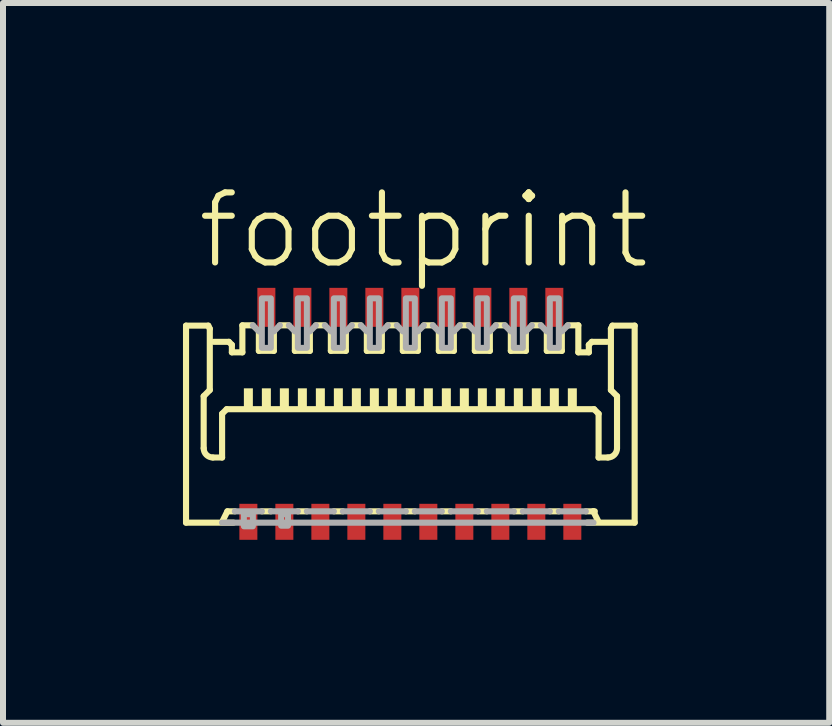
<source format=kicad_pcb>
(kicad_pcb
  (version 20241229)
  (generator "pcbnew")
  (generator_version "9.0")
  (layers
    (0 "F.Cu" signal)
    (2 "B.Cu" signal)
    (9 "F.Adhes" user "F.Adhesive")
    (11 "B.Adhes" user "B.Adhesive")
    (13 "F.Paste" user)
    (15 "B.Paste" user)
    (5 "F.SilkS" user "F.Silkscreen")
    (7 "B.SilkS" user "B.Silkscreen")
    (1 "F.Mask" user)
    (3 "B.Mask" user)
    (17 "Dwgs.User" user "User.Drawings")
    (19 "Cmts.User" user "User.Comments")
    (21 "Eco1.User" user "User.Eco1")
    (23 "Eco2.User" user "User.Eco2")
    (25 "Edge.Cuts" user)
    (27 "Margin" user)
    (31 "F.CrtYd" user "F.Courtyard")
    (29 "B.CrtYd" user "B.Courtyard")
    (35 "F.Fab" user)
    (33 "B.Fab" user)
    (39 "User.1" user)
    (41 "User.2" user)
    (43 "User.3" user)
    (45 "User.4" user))
  (footprint "footprint"
    (layer "F.Cu")
    (at 3.79 3.873)
    (property "Reference" "footprint" (at -3.6 -2.4 0) (layer "F.SilkS") (effects (font (size 1.168 1.168) (thickness 0.102)) (justify left bottom)))
    (fp_poly (pts (xy -2.9 2.125) (xy -2.5 2.125) (xy -2.5 1.425) (xy -2.9 1.425)) (stroke (width 0) (type solid)) (fill yes) (layer "F.Mask"))
    (fp_poly (pts (xy -2.6 -1.425) (xy -2.2 -1.425) (xy -2.2 -2.175) (xy -2.6 -2.175)) (stroke (width 0) (type solid)) (fill yes) (layer "F.Mask"))
    (fp_poly (pts (xy -2.3 2.125) (xy -1.9 2.125) (xy -1.9 1.425) (xy -2.3 1.425)) (stroke (width 0) (type solid)) (fill yes) (layer "F.Mask"))
    (fp_poly (pts (xy -2 -1.425) (xy -1.6 -1.425) (xy -1.6 -2.175) (xy -2 -2.175)) (stroke (width 0) (type solid)) (fill yes) (layer "F.Mask"))
    (fp_poly (pts (xy -1.7 2.125) (xy -1.3 2.125) (xy -1.3 1.425) (xy -1.7 1.425)) (stroke (width 0) (type solid)) (fill yes) (layer "F.Mask"))
    (fp_poly (pts (xy -1.4 -1.425) (xy -1 -1.425) (xy -1 -2.175) (xy -1.4 -2.175)) (stroke (width 0) (type solid)) (fill yes) (layer "F.Mask"))
    (fp_poly (pts (xy -1.1 2.125) (xy -0.7 2.125) (xy -0.7 1.425) (xy -1.1 1.425)) (stroke (width 0) (type solid)) (fill yes) (layer "F.Mask"))
    (fp_poly (pts (xy -0.8 -1.425) (xy -0.4 -1.425) (xy -0.4 -2.175) (xy -0.8 -2.175)) (stroke (width 0) (type solid)) (fill yes) (layer "F.Mask"))
    (fp_poly (pts (xy -0.5 2.125) (xy -0.1 2.125) (xy -0.1 1.425) (xy -0.5 1.425)) (stroke (width 0) (type solid)) (fill yes) (layer "F.Mask"))
    (fp_poly (pts (xy -0.2 -1.425) (xy 0.2 -1.425) (xy 0.2 -2.175) (xy -0.2 -2.175)) (stroke (width 0) (type solid)) (fill yes) (layer "F.Mask"))
    (fp_poly (pts (xy 0.1 2.125) (xy 0.5 2.125) (xy 0.5 1.425) (xy 0.1 1.425)) (stroke (width 0) (type solid)) (fill yes) (layer "F.Mask"))
    (fp_poly (pts (xy 0.4 -1.425) (xy 0.8 -1.425) (xy 0.8 -2.175) (xy 0.4 -2.175)) (stroke (width 0) (type solid)) (fill yes) (layer "F.Mask"))
    (fp_poly (pts (xy 0.7 2.125) (xy 1.1 2.125) (xy 1.1 1.425) (xy 0.7 1.425)) (stroke (width 0) (type solid)) (fill yes) (layer "F.Mask"))
    (fp_poly (pts (xy 1 -1.425) (xy 1.4 -1.425) (xy 1.4 -2.175) (xy 1 -2.175)) (stroke (width 0) (type solid)) (fill yes) (layer "F.Mask"))
    (fp_poly (pts (xy 1.3 2.125) (xy 1.7 2.125) (xy 1.7 1.425) (xy 1.3 1.425)) (stroke (width 0) (type solid)) (fill yes) (layer "F.Mask"))
    (fp_poly (pts (xy 1.6 -1.425) (xy 2 -1.425) (xy 2 -2.175) (xy 1.6 -2.175)) (stroke (width 0) (type solid)) (fill yes) (layer "F.Mask"))
    (fp_poly (pts (xy 1.9 2.125) (xy 2.3 2.125) (xy 2.3 1.425) (xy 1.9 1.425)) (stroke (width 0) (type solid)) (fill yes) (layer "F.Mask"))
    (fp_poly (pts (xy 2.2 -1.425) (xy 2.6 -1.425) (xy 2.6 -2.175) (xy 2.2 -2.175)) (stroke (width 0) (type solid)) (fill yes) (layer "F.Mask"))
    (fp_poly (pts (xy 2.5 2.125) (xy 2.9 2.125) (xy 2.9 1.425) (xy 2.5 1.425)) (stroke (width 0) (type solid)) (fill yes) (layer "F.Mask"))
    (fp_line (start -3.739 -1.495) (end -3.368 -1.495) (stroke (width 0.102) (type solid)) (layer "F.SilkS"))
    (fp_line (start -3.739 1.789) (end -3.739 -1.495) (stroke (width 0.102) (type solid)) (layer "F.SilkS"))
    (fp_line (start -3.445 -0.319) (end -3.445 0.549) (stroke (width 0.102) (type solid)) (layer "F.SilkS"))
    (fp_line (start -3.368 -1.495) (end -3.343 -1.444) (stroke (width 0.102) (type solid)) (layer "F.SilkS"))
    (fp_line (start -3.343 -1.444) (end -3.343 -0.422) (stroke (width 0.102) (type solid)) (layer "F.SilkS"))
    (fp_line (start -3.343 -0.422) (end -3.445 -0.319) (stroke (width 0.102) (type solid)) (layer "F.SilkS"))
    (fp_line (start -3.292 0.703) (end -3.138 0.703) (stroke (width 0.102) (type solid)) (layer "F.SilkS"))
    (fp_line (start -3.275 -1.225) (end -3.025 -1.225) (stroke (width 0.102) (type solid)) (layer "F.SilkS"))
    (fp_line (start -3.138 -0.026) (end -3.062 -0.102) (stroke (width 0.102) (type solid)) (layer "F.SilkS"))
    (fp_line (start -3.138 0.703) (end -3.138 -0.026) (stroke (width 0.102) (type solid)) (layer "F.SilkS"))
    (fp_line (start -3.125 1.751) (end -3.05 1.6) (stroke (width 0.102) (type solid)) (layer "F.SilkS"))
    (fp_line (start -3.05 1.6) (end -2.925 1.6) (stroke (width 0.102) (type solid)) (layer "F.SilkS"))
    (fp_line (start -3.025 -1.225) (end -2.975 -1.175) (stroke (width 0.102) (type solid)) (layer "F.SilkS"))
    (fp_line (start -2.975 -1.175) (end -2.975 -1.05) (stroke (width 0.102) (type solid)) (layer "F.SilkS"))
    (fp_line (start -2.975 -1.05) (end -2.8 -1.05) (stroke (width 0.102) (type solid)) (layer "F.SilkS"))
    (fp_line (start -2.947 1.789) (end -3.739 1.789) (stroke (width 0.102) (type solid)) (layer "F.SilkS"))
    (fp_line (start -2.8 -1.5) (end -2.625 -1.5) (stroke (width 0.102) (type solid)) (layer "F.SilkS"))
    (fp_line (start -2.8 -1.05) (end -2.8 -1.5) (stroke (width 0.102) (type solid)) (layer "F.SilkS"))
    (fp_line (start -2.525 -1.4) (end -2.525 -1.075) (stroke (width 0.102) (type solid)) (layer "F.SilkS"))
    (fp_line (start -2.525 -1.075) (end -2.275 -1.075) (stroke (width 0.102) (type solid)) (layer "F.SilkS"))
    (fp_line (start -2.475 1.6) (end -2.325 1.6) (stroke (width 0.102) (type solid)) (layer "F.SilkS"))
    (fp_line (start -2.275 -1.075) (end -2.275 -1.4) (stroke (width 0.102) (type solid)) (layer "F.SilkS"))
    (fp_line (start -2.175 -1.5) (end -2.025 -1.5) (stroke (width 0.102) (type solid)) (layer "F.SilkS"))
    (fp_line (start -1.925 -1.4) (end -1.925 -1.075) (stroke (width 0.102) (type solid)) (layer "F.SilkS"))
    (fp_line (start -1.925 -1.075) (end -1.675 -1.075) (stroke (width 0.102) (type solid)) (layer "F.SilkS"))
    (fp_line (start -1.875 1.6) (end -1.725 1.6) (stroke (width 0.102) (type solid)) (layer "F.SilkS"))
    (fp_line (start -1.675 -1.075) (end -1.675 -1.4) (stroke (width 0.102) (type solid)) (layer "F.SilkS"))
    (fp_line (start -1.575 -1.5) (end -1.425 -1.5) (stroke (width 0.102) (type solid)) (layer "F.SilkS"))
    (fp_line (start -1.325 -1.4) (end -1.325 -1.075) (stroke (width 0.102) (type solid)) (layer "F.SilkS"))
    (fp_line (start -1.325 -1.075) (end -1.075 -1.075) (stroke (width 0.102) (type solid)) (layer "F.SilkS"))
    (fp_line (start -1.275 1.6) (end -1.125 1.6) (stroke (width 0.102) (type solid)) (layer "F.SilkS"))
    (fp_line (start -1.075 -1.075) (end -1.075 -1.4) (stroke (width 0.102) (type solid)) (layer "F.SilkS"))
    (fp_line (start -0.975 -1.5) (end -0.825 -1.5) (stroke (width 0.102) (type solid)) (layer "F.SilkS"))
    (fp_line (start -0.725 -1.4) (end -0.725 -1.075) (stroke (width 0.102) (type solid)) (layer "F.SilkS"))
    (fp_line (start -0.725 -1.075) (end -0.475 -1.075) (stroke (width 0.102) (type solid)) (layer "F.SilkS"))
    (fp_line (start -0.675 1.6) (end -0.525 1.6) (stroke (width 0.102) (type solid)) (layer "F.SilkS"))
    (fp_line (start -0.475 -1.075) (end -0.475 -1.4) (stroke (width 0.102) (type solid)) (layer "F.SilkS"))
    (fp_line (start -0.375 -1.5) (end -0.225 -1.5) (stroke (width 0.102) (type solid)) (layer "F.SilkS"))
    (fp_line (start -0.125 -1.4) (end -0.125 -1.075) (stroke (width 0.102) (type solid)) (layer "F.SilkS"))
    (fp_line (start -0.125 -1.075) (end 0.125 -1.075) (stroke (width 0.102) (type solid)) (layer "F.SilkS"))
    (fp_line (start -0.075 1.6) (end 0.075 1.6) (stroke (width 0.102) (type solid)) (layer "F.SilkS"))
    (fp_line (start 0.125 -1.075) (end 0.125 -1.4) (stroke (width 0.102) (type solid)) (layer "F.SilkS"))
    (fp_line (start 0.225 -1.5) (end 0.375 -1.5) (stroke (width 0.102) (type solid)) (layer "F.SilkS"))
    (fp_line (start 0.475 -1.4) (end 0.475 -1.075) (stroke (width 0.102) (type solid)) (layer "F.SilkS"))
    (fp_line (start 0.475 -1.075) (end 0.725 -1.075) (stroke (width 0.102) (type solid)) (layer "F.SilkS"))
    (fp_line (start 0.525 1.6) (end 0.675 1.6) (stroke (width 0.102) (type solid)) (layer "F.SilkS"))
    (fp_line (start 0.725 -1.075) (end 0.725 -1.4) (stroke (width 0.102) (type solid)) (layer "F.SilkS"))
    (fp_line (start 0.825 -1.5) (end 0.975 -1.5) (stroke (width 0.102) (type solid)) (layer "F.SilkS"))
    (fp_line (start 1.075 -1.4) (end 1.075 -1.075) (stroke (width 0.102) (type solid)) (layer "F.SilkS"))
    (fp_line (start 1.075 -1.075) (end 1.325 -1.075) (stroke (width 0.102) (type solid)) (layer "F.SilkS"))
    (fp_line (start 1.125 1.6) (end 1.275 1.6) (stroke (width 0.102) (type solid)) (layer "F.SilkS"))
    (fp_line (start 1.325 -1.075) (end 1.325 -1.4) (stroke (width 0.102) (type solid)) (layer "F.SilkS"))
    (fp_line (start 1.425 -1.5) (end 1.575 -1.5) (stroke (width 0.102) (type solid)) (layer "F.SilkS"))
    (fp_line (start 1.675 -1.4) (end 1.675 -1.075) (stroke (width 0.102) (type solid)) (layer "F.SilkS"))
    (fp_line (start 1.675 -1.075) (end 1.925 -1.075) (stroke (width 0.102) (type solid)) (layer "F.SilkS"))
    (fp_line (start 1.725 1.6) (end 1.875 1.6) (stroke (width 0.102) (type solid)) (layer "F.SilkS"))
    (fp_line (start 1.925 -1.075) (end 1.925 -1.4) (stroke (width 0.102) (type solid)) (layer "F.SilkS"))
    (fp_line (start 2.025 -1.5) (end 2.175 -1.5) (stroke (width 0.102) (type solid)) (layer "F.SilkS"))
    (fp_line (start 2.275 -1.4) (end 2.275 -1.075) (stroke (width 0.102) (type solid)) (layer "F.SilkS"))
    (fp_line (start 2.275 -1.075) (end 2.525 -1.075) (stroke (width 0.102) (type solid)) (layer "F.SilkS"))
    (fp_line (start 2.325 1.6) (end 2.475 1.6) (stroke (width 0.102) (type solid)) (layer "F.SilkS"))
    (fp_line (start 2.525 -1.075) (end 2.525 -1.4) (stroke (width 0.102) (type solid)) (layer "F.SilkS"))
    (fp_line (start 2.625 -1.5) (end 2.8 -1.5) (stroke (width 0.102) (type solid)) (layer "F.SilkS"))
    (fp_line (start 2.8 -1.05) (end 2.8 -1.5) (stroke (width 0.102) (type solid)) (layer "F.SilkS"))
    (fp_line (start 2.947 1.789) (end 3.739 1.789) (stroke (width 0.102) (type solid)) (layer "F.SilkS"))
    (fp_line (start 2.975 -1.175) (end 2.975 -1.05) (stroke (width 0.102) (type solid)) (layer "F.SilkS"))
    (fp_line (start 2.975 -1.05) (end 2.8 -1.05) (stroke (width 0.102) (type solid)) (layer "F.SilkS"))
    (fp_line (start 3.025 -1.225) (end 2.975 -1.175) (stroke (width 0.102) (type solid)) (layer "F.SilkS"))
    (fp_line (start 3.05 1.6) (end 2.925 1.6) (stroke (width 0.102) (type solid)) (layer "F.SilkS"))
    (fp_line (start 3.05 1.6) (end 3.075 1.6) (stroke (width 0.102) (type solid)) (layer "F.SilkS"))
    (fp_line (start 3.062 -0.102) (end -3.062 -0.102) (stroke (width 0.102) (type solid)) (layer "F.SilkS"))
    (fp_line (start 3.125 1.751) (end 3.05 1.6) (stroke (width 0.102) (type solid)) (layer "F.SilkS"))
    (fp_line (start 3.138 -0.026) (end 3.062 -0.102) (stroke (width 0.102) (type solid)) (layer "F.SilkS"))
    (fp_line (start 3.138 0.703) (end 3.138 -0.026) (stroke (width 0.102) (type solid)) (layer "F.SilkS"))
    (fp_line (start 3.275 -1.225) (end 3.025 -1.225) (stroke (width 0.102) (type solid)) (layer "F.SilkS"))
    (fp_line (start 3.292 0.703) (end 3.138 0.703) (stroke (width 0.102) (type solid)) (layer "F.SilkS"))
    (fp_line (start 3.343 -1.444) (end 3.343 -0.422) (stroke (width 0.102) (type solid)) (layer "F.SilkS"))
    (fp_line (start 3.343 -0.422) (end 3.445 -0.319) (stroke (width 0.102) (type solid)) (layer "F.SilkS"))
    (fp_line (start 3.368 -1.495) (end 3.343 -1.444) (stroke (width 0.102) (type solid)) (layer "F.SilkS"))
    (fp_line (start 3.445 -0.319) (end 3.445 0.549) (stroke (width 0.102) (type solid)) (layer "F.SilkS"))
    (fp_line (start 3.739 -1.495) (end 3.368 -1.495) (stroke (width 0.102) (type solid)) (layer "F.SilkS"))
    (fp_line (start 3.739 1.789) (end 3.739 -1.495) (stroke (width 0.102) (type solid)) (layer "F.SilkS"))
    (fp_arc (start -3.291557 0.702843) (mid -3.399991 0.657929) (end -3.444906 0.549496) (stroke (width 0.1016) (type solid)) (layer "F.SilkS"))
    (fp_arc (start 3.444906 0.549496) (mid 3.399991 0.657929) (end 3.291557 0.702843) (stroke (width 0.1016) (type solid)) (layer "F.SilkS"))
    (fp_poly (pts (xy -2.775 -0.125) (xy -2.625 -0.125) (xy -2.625 -0.45) (xy -2.775 -0.45)) (stroke (width 0) (type solid)) (fill yes) (layer "F.SilkS"))
    (fp_poly (pts (xy -2.475 -0.125) (xy -2.325 -0.125) (xy -2.325 -0.45) (xy -2.475 -0.45)) (stroke (width 0) (type solid)) (fill yes) (layer "F.SilkS"))
    (fp_poly (pts (xy -2.175 -0.125) (xy -2.025 -0.125) (xy -2.025 -0.45) (xy -2.175 -0.45)) (stroke (width 0) (type solid)) (fill yes) (layer "F.SilkS"))
    (fp_poly (pts (xy -1.875 -0.125) (xy -1.725 -0.125) (xy -1.725 -0.45) (xy -1.875 -0.45)) (stroke (width 0) (type solid)) (fill yes) (layer "F.SilkS"))
    (fp_poly (pts (xy -1.575 -0.125) (xy -1.425 -0.125) (xy -1.425 -0.45) (xy -1.575 -0.45)) (stroke (width 0) (type solid)) (fill yes) (layer "F.SilkS"))
    (fp_poly (pts (xy -1.275 -0.125) (xy -1.125 -0.125) (xy -1.125 -0.45) (xy -1.275 -0.45)) (stroke (width 0) (type solid)) (fill yes) (layer "F.SilkS"))
    (fp_poly (pts (xy -0.975 -0.125) (xy -0.825 -0.125) (xy -0.825 -0.45) (xy -0.975 -0.45)) (stroke (width 0) (type solid)) (fill yes) (layer "F.SilkS"))
    (fp_poly (pts (xy -0.675 -0.125) (xy -0.525 -0.125) (xy -0.525 -0.45) (xy -0.675 -0.45)) (stroke (width 0) (type solid)) (fill yes) (layer "F.SilkS"))
    (fp_poly (pts (xy -0.375 -0.125) (xy -0.225 -0.125) (xy -0.225 -0.45) (xy -0.375 -0.45)) (stroke (width 0) (type solid)) (fill yes) (layer "F.SilkS"))
    (fp_poly (pts (xy -0.075 -0.125) (xy 0.075 -0.125) (xy 0.075 -0.45) (xy -0.075 -0.45)) (stroke (width 0) (type solid)) (fill yes) (layer "F.SilkS"))
    (fp_poly (pts (xy 0.225 -0.125) (xy 0.375 -0.125) (xy 0.375 -0.45) (xy 0.225 -0.45)) (stroke (width 0) (type solid)) (fill yes) (layer "F.SilkS"))
    (fp_poly (pts (xy 0.525 -0.125) (xy 0.675 -0.125) (xy 0.675 -0.45) (xy 0.525 -0.45)) (stroke (width 0) (type solid)) (fill yes) (layer "F.SilkS"))
    (fp_poly (pts (xy 0.825 -0.125) (xy 0.975 -0.125) (xy 0.975 -0.45) (xy 0.825 -0.45)) (stroke (width 0) (type solid)) (fill yes) (layer "F.SilkS"))
    (fp_poly (pts (xy 1.125 -0.125) (xy 1.275 -0.125) (xy 1.275 -0.45) (xy 1.125 -0.45)) (stroke (width 0) (type solid)) (fill yes) (layer "F.SilkS"))
    (fp_poly (pts (xy 1.425 -0.125) (xy 1.575 -0.125) (xy 1.575 -0.45) (xy 1.425 -0.45)) (stroke (width 0) (type solid)) (fill yes) (layer "F.SilkS"))
    (fp_poly (pts (xy 1.725 -0.125) (xy 1.875 -0.125) (xy 1.875 -0.45) (xy 1.725 -0.45)) (stroke (width 0) (type solid)) (fill yes) (layer "F.SilkS"))
    (fp_poly (pts (xy 2.025 -0.125) (xy 2.175 -0.125) (xy 2.175 -0.45) (xy 2.025 -0.45)) (stroke (width 0) (type solid)) (fill yes) (layer "F.SilkS"))
    (fp_poly (pts (xy 2.325 -0.125) (xy 2.475 -0.125) (xy 2.475 -0.45) (xy 2.325 -0.45)) (stroke (width 0) (type solid)) (fill yes) (layer "F.SilkS"))
    (fp_poly (pts (xy 2.625 -0.125) (xy 2.775 -0.125) (xy 2.775 -0.45) (xy 2.625 -0.45)) (stroke (width 0) (type solid)) (fill yes) (layer "F.SilkS"))
    (fp_poly (pts (xy -2.825 2.05) (xy -2.575 2.05) (xy -2.575 1.5) (xy -2.825 1.5)) (stroke (width 0) (type solid)) (fill yes) (layer "F.Paste"))
    (fp_poly (pts (xy -2.525 -1.5) (xy -2.275 -1.5) (xy -2.275 -2.1) (xy -2.525 -2.1)) (stroke (width 0) (type solid)) (fill yes) (layer "F.Paste"))
    (fp_poly (pts (xy -2.225 2.05) (xy -1.975 2.05) (xy -1.975 1.5) (xy -2.225 1.5)) (stroke (width 0) (type solid)) (fill yes) (layer "F.Paste"))
    (fp_poly (pts (xy -1.925 -1.5) (xy -1.675 -1.5) (xy -1.675 -2.1) (xy -1.925 -2.1)) (stroke (width 0) (type solid)) (fill yes) (layer "F.Paste"))
    (fp_poly (pts (xy -1.625 2.05) (xy -1.375 2.05) (xy -1.375 1.5) (xy -1.625 1.5)) (stroke (width 0) (type solid)) (fill yes) (layer "F.Paste"))
    (fp_poly (pts (xy -1.325 -1.5) (xy -1.075 -1.5) (xy -1.075 -2.1) (xy -1.325 -2.1)) (stroke (width 0) (type solid)) (fill yes) (layer "F.Paste"))
    (fp_poly (pts (xy -1.025 2.05) (xy -0.775 2.05) (xy -0.775 1.5) (xy -1.025 1.5)) (stroke (width 0) (type solid)) (fill yes) (layer "F.Paste"))
    (fp_poly (pts (xy -0.725 -1.5) (xy -0.475 -1.5) (xy -0.475 -2.1) (xy -0.725 -2.1)) (stroke (width 0) (type solid)) (fill yes) (layer "F.Paste"))
    (fp_poly (pts (xy -0.425 2.05) (xy -0.175 2.05) (xy -0.175 1.5) (xy -0.425 1.5)) (stroke (width 0) (type solid)) (fill yes) (layer "F.Paste"))
    (fp_poly (pts (xy -0.125 -1.5) (xy 0.125 -1.5) (xy 0.125 -2.1) (xy -0.125 -2.1)) (stroke (width 0) (type solid)) (fill yes) (layer "F.Paste"))
    (fp_poly (pts (xy 0.175 2.05) (xy 0.425 2.05) (xy 0.425 1.5) (xy 0.175 1.5)) (stroke (width 0) (type solid)) (fill yes) (layer "F.Paste"))
    (fp_poly (pts (xy 0.475 -1.5) (xy 0.725 -1.5) (xy 0.725 -2.1) (xy 0.475 -2.1)) (stroke (width 0) (type solid)) (fill yes) (layer "F.Paste"))
    (fp_poly (pts (xy 0.775 2.05) (xy 1.025 2.05) (xy 1.025 1.5) (xy 0.775 1.5)) (stroke (width 0) (type solid)) (fill yes) (layer "F.Paste"))
    (fp_poly (pts (xy 1.075 -1.5) (xy 1.325 -1.5) (xy 1.325 -2.1) (xy 1.075 -2.1)) (stroke (width 0) (type solid)) (fill yes) (layer "F.Paste"))
    (fp_poly (pts (xy 1.375 2.05) (xy 1.625 2.05) (xy 1.625 1.5) (xy 1.375 1.5)) (stroke (width 0) (type solid)) (fill yes) (layer "F.Paste"))
    (fp_poly (pts (xy 1.675 -1.5) (xy 1.925 -1.5) (xy 1.925 -2.1) (xy 1.675 -2.1)) (stroke (width 0) (type solid)) (fill yes) (layer "F.Paste"))
    (fp_poly (pts (xy 1.975 2.05) (xy 2.225 2.05) (xy 2.225 1.5) (xy 1.975 1.5)) (stroke (width 0) (type solid)) (fill yes) (layer "F.Paste"))
    (fp_poly (pts (xy 2.275 -1.5) (xy 2.525 -1.5) (xy 2.525 -2.1) (xy 2.275 -2.1)) (stroke (width 0) (type solid)) (fill yes) (layer "F.Paste"))
    (fp_poly (pts (xy 2.575 2.05) (xy 2.825 2.05) (xy 2.825 1.5) (xy 2.575 1.5)) (stroke (width 0) (type solid)) (fill yes) (layer "F.Paste"))
    (fp_line (start -2.925 1.6) (end -2.475 1.6) (stroke (width 0.102) (type solid)) (layer "F.Fab"))
    (fp_line (start -2.625 -1.5) (end -2.525 -1.4) (stroke (width 0.102) (type solid)) (layer "F.Fab"))
    (fp_line (start -2.325 1.6) (end -1.875 1.6) (stroke (width 0.102) (type solid)) (layer "F.Fab"))
    (fp_line (start -2.275 -1.4) (end -2.175 -1.5) (stroke (width 0.102) (type solid)) (layer "F.Fab"))
    (fp_line (start -2.025 -1.5) (end -1.925 -1.4) (stroke (width 0.102) (type solid)) (layer "F.Fab"))
    (fp_line (start -1.725 1.6) (end -1.275 1.6) (stroke (width 0.102) (type solid)) (layer "F.Fab"))
    (fp_line (start -1.675 -1.4) (end -1.575 -1.5) (stroke (width 0.102) (type solid)) (layer "F.Fab"))
    (fp_line (start -1.425 -1.5) (end -1.325 -1.4) (stroke (width 0.102) (type solid)) (layer "F.Fab"))
    (fp_line (start -1.125 1.6) (end -0.675 1.6) (stroke (width 0.102) (type solid)) (layer "F.Fab"))
    (fp_line (start -1.075 -1.4) (end -0.975 -1.5) (stroke (width 0.102) (type solid)) (layer "F.Fab"))
    (fp_line (start -0.825 -1.5) (end -0.725 -1.4) (stroke (width 0.102) (type solid)) (layer "F.Fab"))
    (fp_line (start -0.525 1.6) (end -0.075 1.6) (stroke (width 0.102) (type solid)) (layer "F.Fab"))
    (fp_line (start -0.475 -1.4) (end -0.375 -1.5) (stroke (width 0.102) (type solid)) (layer "F.Fab"))
    (fp_line (start -0.225 -1.5) (end -0.125 -1.4) (stroke (width 0.102) (type solid)) (layer "F.Fab"))
    (fp_line (start 0.075 1.6) (end 0.525 1.6) (stroke (width 0.102) (type solid)) (layer "F.Fab"))
    (fp_line (start 0.125 -1.4) (end 0.225 -1.5) (stroke (width 0.102) (type solid)) (layer "F.Fab"))
    (fp_line (start 0.375 -1.5) (end 0.475 -1.4) (stroke (width 0.102) (type solid)) (layer "F.Fab"))
    (fp_line (start 0.675 1.6) (end 1.125 1.6) (stroke (width 0.102) (type solid)) (layer "F.Fab"))
    (fp_line (start 0.725 -1.4) (end 0.825 -1.5) (stroke (width 0.102) (type solid)) (layer "F.Fab"))
    (fp_line (start 0.975 -1.5) (end 1.075 -1.4) (stroke (width 0.102) (type solid)) (layer "F.Fab"))
    (fp_line (start 1.275 1.6) (end 1.725 1.6) (stroke (width 0.102) (type solid)) (layer "F.Fab"))
    (fp_line (start 1.325 -1.4) (end 1.425 -1.5) (stroke (width 0.102) (type solid)) (layer "F.Fab"))
    (fp_line (start 1.575 -1.5) (end 1.675 -1.4) (stroke (width 0.102) (type solid)) (layer "F.Fab"))
    (fp_line (start 1.875 1.6) (end 2.325 1.6) (stroke (width 0.102) (type solid)) (layer "F.Fab"))
    (fp_line (start 1.925 -1.4) (end 2.025 -1.5) (stroke (width 0.102) (type solid)) (layer "F.Fab"))
    (fp_line (start 2.175 -1.5) (end 2.275 -1.4) (stroke (width 0.102) (type solid)) (layer "F.Fab"))
    (fp_line (start 2.475 1.6) (end 2.925 1.6) (stroke (width 0.102) (type solid)) (layer "F.Fab"))
    (fp_line (start 2.525 -1.4) (end 2.625 -1.5) (stroke (width 0.102) (type solid)) (layer "F.Fab"))
    (fp_line (start 3.053 1.789) (end -3.139 1.789) (stroke (width 0.102) (type solid)) (layer "F.Fab"))
    (fp_poly (pts (xy -2.775 1.85) (xy -2.625 1.85) (xy -2.625 1.648) (xy -2.775 1.648)) (stroke (width 0.1) (type solid)) (fill no) (layer "F.Fab"))
    (fp_poly (pts (xy -2.475 -1.125) (xy -2.325 -1.125) (xy -2.325 -1.95) (xy -2.475 -1.95)) (stroke (width 0.1) (type solid)) (fill no) (layer "F.Fab"))
    (fp_poly (pts (xy -2.154 1.84) (xy -2.039 1.84) (xy -2.039 1.648) (xy -2.154 1.648)) (stroke (width 0.1) (type solid)) (fill no) (layer "F.Fab"))
    (fp_poly (pts (xy -1.875 -1.125) (xy -1.725 -1.125) (xy -1.725 -1.95) (xy -1.875 -1.95)) (stroke (width 0.1) (type solid)) (fill no) (layer "F.Fab"))
    (fp_poly (pts (xy -1.275 -1.125) (xy -1.125 -1.125) (xy -1.125 -1.95) (xy -1.275 -1.95)) (stroke (width 0.1) (type solid)) (fill no) (layer "F.Fab"))
    (fp_poly (pts (xy -0.675 -1.125) (xy -0.525 -1.125) (xy -0.525 -1.95) (xy -0.675 -1.95)) (stroke (width 0.1) (type solid)) (fill no) (layer "F.Fab"))
    (fp_poly (pts (xy -0.075 -1.125) (xy 0.075 -1.125) (xy 0.075 -1.95) (xy -0.075 -1.95)) (stroke (width 0.1) (type solid)) (fill no) (layer "F.Fab"))
    (fp_poly (pts (xy 0.525 -1.125) (xy 0.675 -1.125) (xy 0.675 -1.95) (xy 0.525 -1.95)) (stroke (width 0.1) (type solid)) (fill no) (layer "F.Fab"))
    (fp_poly (pts (xy 1.125 -1.125) (xy 1.275 -1.125) (xy 1.275 -1.95) (xy 1.125 -1.95)) (stroke (width 0.1) (type solid)) (fill no) (layer "F.Fab"))
    (fp_poly (pts (xy 1.725 -1.125) (xy 1.875 -1.125) (xy 1.875 -1.95) (xy 1.725 -1.95)) (stroke (width 0.1) (type solid)) (fill no) (layer "F.Fab"))
    (fp_poly (pts (xy 2.325 -1.125) (xy 2.475 -1.125) (xy 2.475 -1.95) (xy 2.325 -1.95)) (stroke (width 0.1) (type solid)) (fill no) (layer "F.Fab"))
    (pad "1" smd rect (at -2.7 1.775) (size 0.3 0.6) (layers "F.Cu"))
    (pad "2" smd rect (at -2.4 -1.8) (size 0.3 0.65) (layers "F.Cu"))
    (pad "3" smd rect (at -2.1 1.775) (size 0.3 0.6) (layers "F.Cu"))
    (pad "4" smd rect (at -1.8 -1.8) (size 0.3 0.65) (layers "F.Cu"))
    (pad "5" smd rect (at -1.5 1.775) (size 0.3 0.6) (layers "F.Cu"))
    (pad "6" smd rect (at -1.2 -1.8) (size 0.3 0.65) (layers "F.Cu"))
    (pad "7" smd rect (at -0.9 1.775) (size 0.3 0.6) (layers "F.Cu"))
    (pad "8" smd rect (at -0.6 -1.8) (size 0.3 0.65) (layers "F.Cu"))
    (pad "9" smd rect (at -0.3 1.775) (size 0.3 0.6) (layers "F.Cu"))
    (pad "10" smd rect (at 0 -1.8) (size 0.3 0.65) (layers "F.Cu"))
    (pad "11" smd rect (at 0.3 1.775) (size 0.3 0.6) (layers "F.Cu"))
    (pad "12" smd rect (at 0.6 -1.8) (size 0.3 0.65) (layers "F.Cu"))
    (pad "13" smd rect (at 0.9 1.775) (size 0.3 0.6) (layers "F.Cu"))
    (pad "14" smd rect (at 1.2 -1.8) (size 0.3 0.65) (layers "F.Cu"))
    (pad "15" smd rect (at 1.5 1.775) (size 0.3 0.6) (layers "F.Cu"))
    (pad "16" smd rect (at 1.8 -1.8) (size 0.3 0.65) (layers "F.Cu"))
    (pad "17" smd rect (at 2.1 1.775) (size 0.3 0.6) (layers "F.Cu"))
    (pad "18" smd rect (at 2.4 -1.8) (size 0.3 0.65) (layers "F.Cu"))
    (pad "19" smd rect (at 2.7 1.775) (size 0.3 0.6) (layers "F.Cu")))
  (gr_rect
    (start -3 -3)
    (end 10.772 8.998)
    (stroke (width 0.1) (type default))
    (fill no)
    (layer "Edge.Cuts")))
</source>
